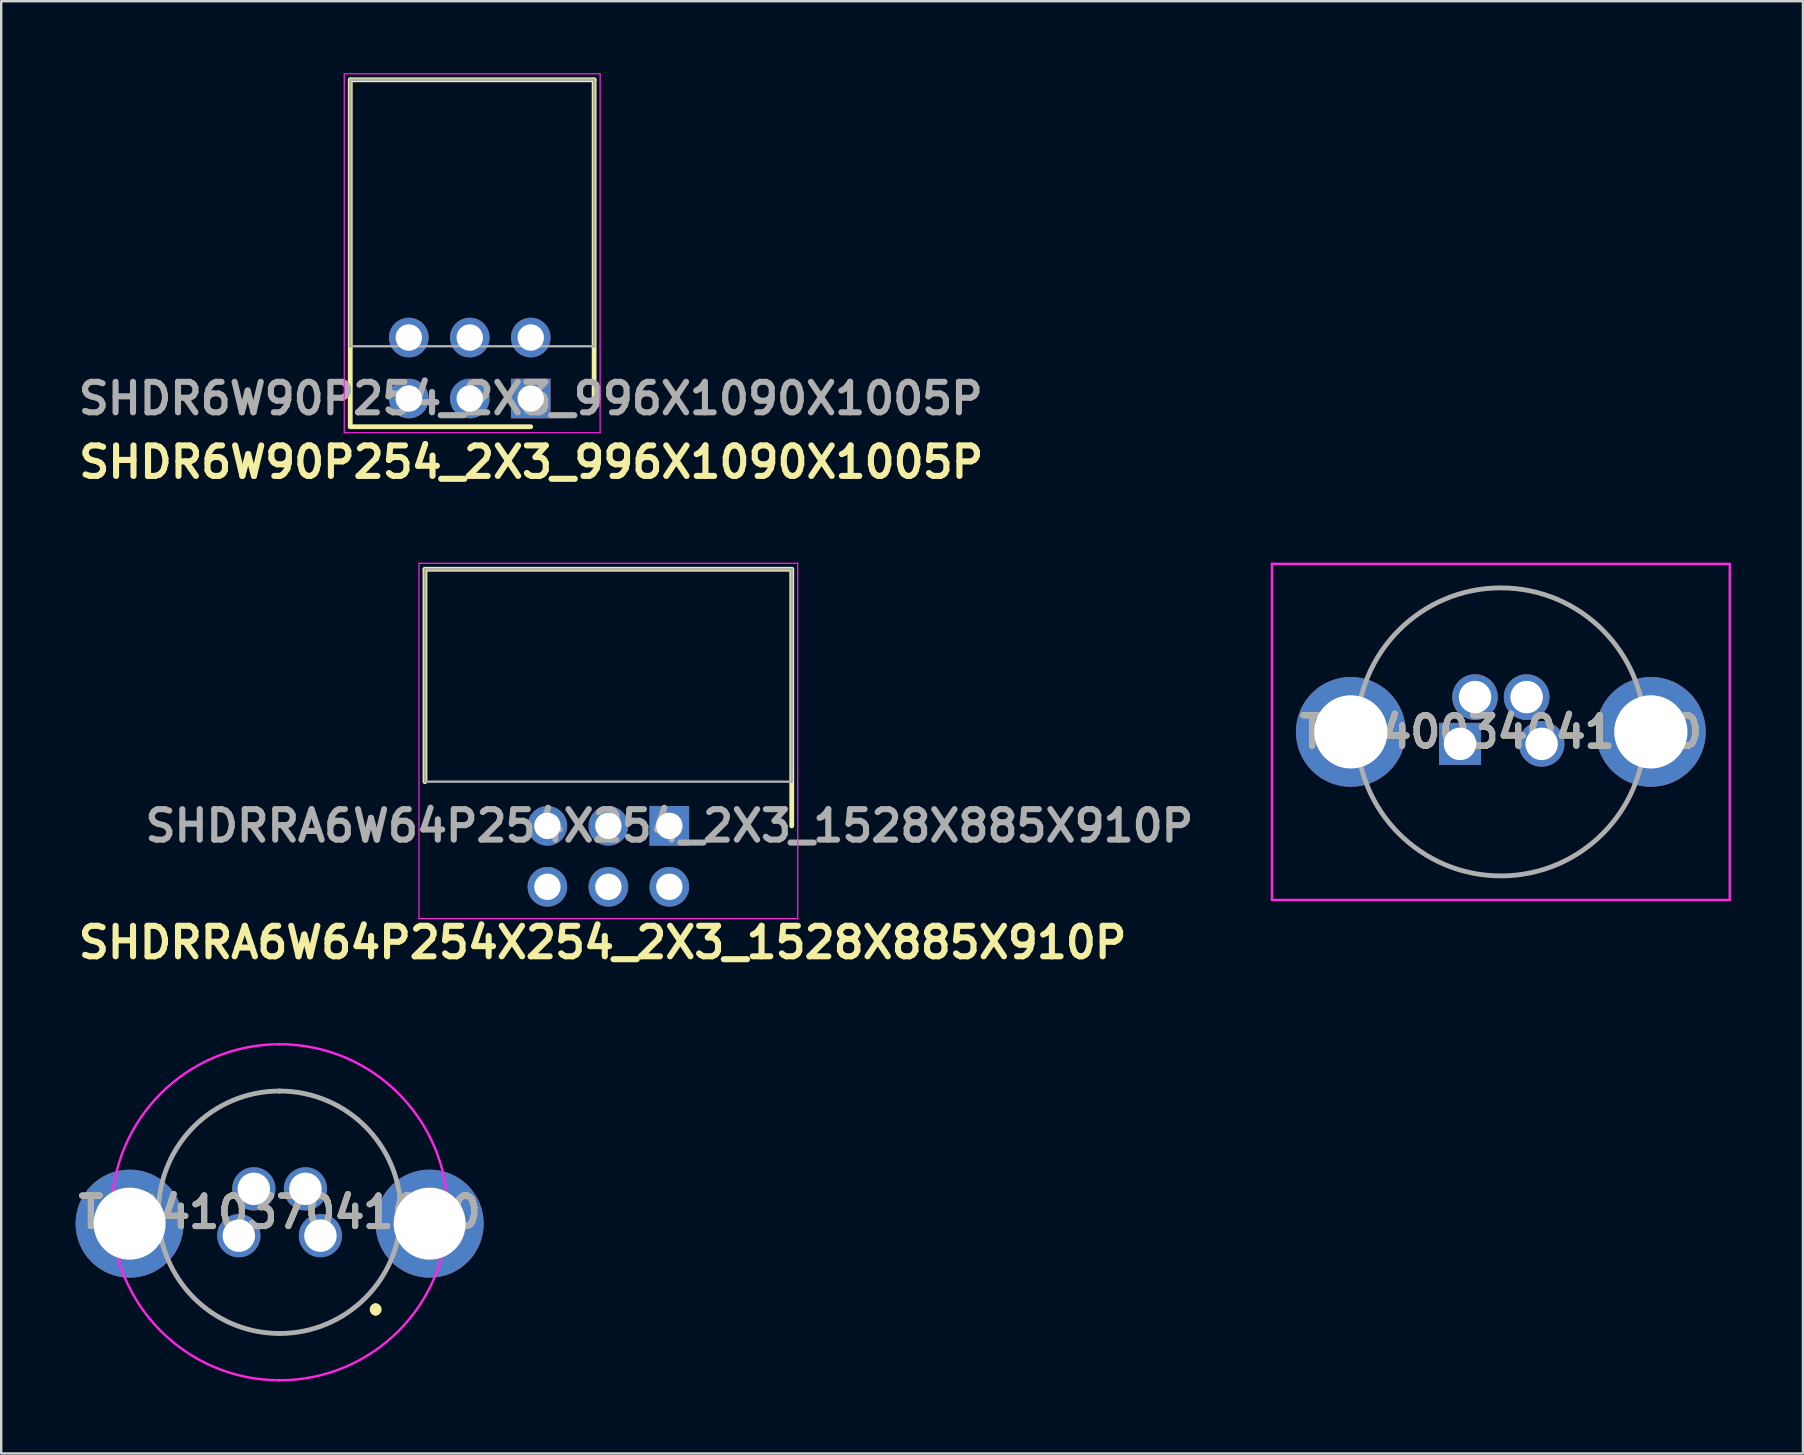
<source format=kicad_pcb>
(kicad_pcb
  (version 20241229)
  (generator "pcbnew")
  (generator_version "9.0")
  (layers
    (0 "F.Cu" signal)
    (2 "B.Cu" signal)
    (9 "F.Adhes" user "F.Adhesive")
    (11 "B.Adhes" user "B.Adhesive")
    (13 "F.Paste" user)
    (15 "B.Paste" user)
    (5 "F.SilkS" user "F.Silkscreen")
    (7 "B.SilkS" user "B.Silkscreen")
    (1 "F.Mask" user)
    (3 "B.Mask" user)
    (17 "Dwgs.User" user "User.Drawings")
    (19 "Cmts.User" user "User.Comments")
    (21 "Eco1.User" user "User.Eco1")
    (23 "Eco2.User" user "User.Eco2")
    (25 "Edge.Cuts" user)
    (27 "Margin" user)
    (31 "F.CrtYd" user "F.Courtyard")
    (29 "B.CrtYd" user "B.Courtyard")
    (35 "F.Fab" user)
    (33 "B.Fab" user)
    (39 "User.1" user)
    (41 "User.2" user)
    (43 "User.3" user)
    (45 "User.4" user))
  (footprint "SHDRRA6W64P254X254_2X3_1528X885X910P"
    (layer "F.Cu")
    (at 24.836 31.357)
    (property "Reference" "SHDRRA6W64P254X254_2X3_1528X885X910P" (at -2.78 4.86 0) (layer "F.SilkS") (effects (font (size 1.27 1.27) (thickness 0.254))))
    (attr through_hole)
    (fp_line (start -10.18 -10.69) (end -10.18 -1.84) (stroke (width 0.2) (type solid)) (layer "F.SilkS"))
    (fp_line (start 5.1 -10.69) (end -10.18 -10.69) (stroke (width 0.2) (type solid)) (layer "F.SilkS"))
    (fp_line (start 5.1 0) (end 5.1 -10.69) (stroke (width 0.2) (type solid)) (layer "F.SilkS"))
    (fp_line (start -10.43 -10.94) (end 5.35 -10.94) (stroke (width 0.05) (type solid)) (layer "F.CrtYd"))
    (fp_line (start -10.43 3.865) (end -10.43 -10.94) (stroke (width 0.05) (type solid)) (layer "F.CrtYd"))
    (fp_line (start 5.35 -10.94) (end 5.35 3.865) (stroke (width 0.05) (type solid)) (layer "F.CrtYd"))
    (fp_line (start 5.35 3.865) (end -10.43 3.865) (stroke (width 0.05) (type solid)) (layer "F.CrtYd"))
    (fp_line (start -10.18 -10.69) (end 5.1 -10.69) (stroke (width 0.1) (type solid)) (layer "F.Fab"))
    (fp_line (start -10.18 -1.84) (end -10.18 -10.69) (stroke (width 0.1) (type solid)) (layer "F.Fab"))
    (fp_line (start 5.1 -10.69) (end 5.1 -1.84) (stroke (width 0.1) (type solid)) (layer "F.Fab"))
    (fp_line (start 5.1 -1.84) (end -10.18 -1.84) (stroke (width 0.1) (type solid)) (layer "F.Fab"))
    (fp_text user "${REFERENCE}" (at 0 0 0) (layer "F.Fab") (effects (font (size 1.27 1.27) (thickness 0.254))))
    (pad "1" thru_hole rect (at 0 0) (size 1.65 1.65) (drill 1.1) (layers "*.Cu" "*.Mask"))
    (pad "2" thru_hole circle (at 0 2.54) (size 1.65 1.65) (drill 1.1) (layers "*.Cu" "*.Mask"))
    (pad "3" thru_hole circle (at -2.54 0) (size 1.65 1.65) (drill 1.1) (layers "*.Cu" "*.Mask"))
    (pad "4" thru_hole circle (at -2.54 2.54) (size 1.65 1.65) (drill 1.1) (layers "*.Cu" "*.Mask"))
    (pad "5" thru_hole circle (at -5.08 0) (size 1.65 1.65) (drill 1.1) (layers "*.Cu" "*.Mask"))
    (pad "6" thru_hole circle (at -5.08 2.54) (size 1.65 1.65) (drill 1.1) (layers "*.Cu" "*.Mask")))
  (footprint "T4040034041000"
    (layer "F.Cu")
    (at 59.478 27.942)
    (property "Reference" "T4040034041000" (at 0 -0.5 0) (layer "F.SilkS") (effects (font (size 1.27 1.27) (thickness 0.254))))
    (attr through_hole)
    (fp_line (start -0.1 -6.5) (end 0.1 -6.5) (stroke (width 0.1) (type solid)) (layer "F.SilkS"))
    (fp_line (start -0.1 5.5) (end 0.1 5.5) (stroke (width 0.1) (type solid)) (layer "F.SilkS"))
    (fp_line (start -9.537 -7.5) (end 9.537 -7.5) (stroke (width 0.1) (type solid)) (layer "F.CrtYd"))
    (fp_line (start -9.537 6.5) (end -9.537 -7.5) (stroke (width 0.1) (type solid)) (layer "F.CrtYd"))
    (fp_line (start 9.537 -7.5) (end 9.537 6.5) (stroke (width 0.1) (type solid)) (layer "F.CrtYd"))
    (fp_line (start 9.537 6.5) (end -9.537 6.5) (stroke (width 0.1) (type solid)) (layer "F.CrtYd"))
    (fp_line (start -6 -0.5) (end -6 -0.5) (stroke (width 0.2) (type solid)) (layer "F.Fab"))
    (fp_line (start 6 -0.5) (end 6 -0.5) (stroke (width 0.2) (type solid)) (layer "F.Fab"))
    (fp_arc (start -6 -0.5) (mid 0 -6.5) (end 6 -0.5) (stroke (width 0.2) (type solid)) (layer "F.Fab"))
    (fp_arc (start 6 -0.5) (mid 0 5.5) (end -6 -0.5) (stroke (width 0.2) (type solid)) (layer "F.Fab"))
    (fp_text user "${REFERENCE}" (at 0 -0.5 0) (layer "F.Fab") (effects (font (size 1.27 1.27) (thickness 0.254))))
    (pad "1" thru_hole rect (at -1.7 0) (size 1.75 1.75) (drill 1.35) (layers "*.Cu" "*.Mask"))
    (pad "2" thru_hole circle (at -1.075 -1.95) (size 1.9 1.9) (drill 1.35) (layers "*.Cu" "*.Mask"))
    (pad "3" thru_hole circle (at 1.7 0) (size 1.9 1.9) (drill 1.35) (layers "*.Cu" "*.Mask"))
    (pad "4" thru_hole circle (at 1.075 -1.95) (size 1.9 1.9) (drill 1.35) (layers "*.Cu" "*.Mask"))
    (pad "MH1" thru_hole circle (at -6.25 -0.5) (size 4.575 4.575) (drill 3.05) (layers "*.Cu" "*.Mask"))
    (pad "MH2" thru_hole circle (at 6.25 -0.5) (size 4.575 4.575) (drill 3.05) (layers "*.Cu" "*.Mask")))
  (footprint "T4041037041000"
    (layer "F.Cu")
    (at 8.6 47.455)
    (property "Reference" "T4041037041000" (at 0 0 0) (layer "F.SilkS") (effects (font (size 1.27 1.27) (thickness 0.254))))
    (attr through_hole)
    (fp_line (start 0 -5.05) (end 0 -5.05) (stroke (width 0.1) (type solid)) (layer "F.SilkS"))
    (fp_line (start 0 5.05) (end 0 5.05) (stroke (width 0.1) (type solid)) (layer "F.SilkS"))
    (fp_line (start 4 4) (end 4 4) (stroke (width 0.4) (type solid)) (layer "F.SilkS"))
    (fp_line (start 4 4.1) (end 4 4.1) (stroke (width 0.4) (type solid)) (layer "F.SilkS"))
    (fp_arc (start 0 -5.05) (mid 5.05 0) (end 0 5.05) (stroke (width 0.1) (type solid)) (layer "F.SilkS"))
    (fp_arc (start 0 5.05) (mid -5.05 0) (end 0 -5.05) (stroke (width 0.1) (type solid)) (layer "F.SilkS"))
    (fp_arc (start 4 4) (mid 4.05 4.05) (end 4 4.1) (stroke (width 0.4) (type solid)) (layer "F.SilkS"))
    (fp_arc (start 4 4.1) (mid 3.95 4.05) (end 4 4) (stroke (width 0.4) (type solid)) (layer "F.SilkS"))
    (fp_line (start 0 -7) (end 0 -7) (stroke (width 0.1) (type solid)) (layer "F.CrtYd"))
    (fp_line (start 0 7) (end 0 7) (stroke (width 0.1) (type solid)) (layer "F.CrtYd"))
    (fp_arc (start 0 -7) (mid 7 0) (end 0 7) (stroke (width 0.1) (type solid)) (layer "F.CrtYd"))
    (fp_arc (start 0 7) (mid -7 0) (end 0 -7) (stroke (width 0.1) (type solid)) (layer "F.CrtYd"))
    (fp_line (start 0 -5.05) (end 0 -5.05) (stroke (width 0.2) (type solid)) (layer "F.Fab"))
    (fp_line (start 0 5.05) (end 0 5.05) (stroke (width 0.2) (type solid)) (layer "F.Fab"))
    (fp_arc (start 0 -5.05) (mid 5.05 0) (end 0 5.05) (stroke (width 0.2) (type solid)) (layer "F.Fab"))
    (fp_arc (start 0 5.05) (mid -5.05 0) (end 0 -5.05) (stroke (width 0.2) (type solid)) (layer "F.Fab"))
    (fp_text user "${REFERENCE}" (at 0 0 0) (layer "F.Fab") (effects (font (size 1.27 1.27) (thickness 0.254))))
    (pad "1" thru_hole circle (at 1.7 0.975) (size 1.8 1.8) (drill 1.35) (layers "*.Cu" "*.Mask"))
    (pad "2" thru_hole circle (at 1.075 -0.975) (size 1.8 1.8) (drill 1.35) (layers "*.Cu" "*.Mask"))
    (pad "3" thru_hole circle (at -1.7 0.975) (size 1.8 1.8) (drill 1.35) (layers "*.Cu" "*.Mask"))
    (pad "4" thru_hole circle (at -1.075 -0.975) (size 1.8 1.8) (drill 1.35) (layers "*.Cu" "*.Mask"))
    (pad "MH1" thru_hole circle (at -6.25 0.475) (size 4.5 4.5) (drill 3) (layers "*.Cu" "*.Mask"))
    (pad "MH2" thru_hole circle (at 6.25 0.475) (size 4.5 4.5) (drill 3) (layers "*.Cu" "*.Mask")))
  (footprint "SHDR6W90P254_2X3_996X1090X1005P"
    (layer "F.Cu")
    (at 19.062 13.553)
    (property "Reference" "SHDR6W90P254_2X3_996X1090X1005P" (at 0.02 2.65 0) (layer "F.SilkS") (effects (font (size 1.27 1.27) (thickness 0.254))))
    (attr through_hole)
    (fp_line (start -7.52 -13.278) (end 2.64 -13.278) (stroke (width 0.2) (type solid)) (layer "F.SilkS"))
    (fp_line (start -7.52 1.175) (end -7.52 -13.278) (stroke (width 0.2) (type solid)) (layer "F.SilkS"))
    (fp_line (start 0 1.175) (end -7.52 1.175) (stroke (width 0.2) (type solid)) (layer "F.SilkS"))
    (fp_line (start 2.64 -13.278) (end 2.64 0) (stroke (width 0.2) (type solid)) (layer "F.SilkS"))
    (fp_line (start -7.77 -13.528) (end 2.89 -13.528) (stroke (width 0.05) (type solid)) (layer "F.CrtYd"))
    (fp_line (start -7.77 1.425) (end -7.77 -13.528) (stroke (width 0.05) (type solid)) (layer "F.CrtYd"))
    (fp_line (start 2.89 -13.528) (end 2.89 1.425) (stroke (width 0.05) (type solid)) (layer "F.CrtYd"))
    (fp_line (start 2.89 1.425) (end -7.77 1.425) (stroke (width 0.05) (type solid)) (layer "F.CrtYd"))
    (fp_line (start -7.52 -13.278) (end 2.64 -13.278) (stroke (width 0.1) (type solid)) (layer "F.Fab"))
    (fp_line (start -7.52 -2.178) (end -7.52 -13.278) (stroke (width 0.1) (type solid)) (layer "F.Fab"))
    (fp_line (start 2.64 -13.278) (end 2.64 -2.178) (stroke (width 0.1) (type solid)) (layer "F.Fab"))
    (fp_line (start 2.64 -2.178) (end -7.52 -2.178) (stroke (width 0.1) (type solid)) (layer "F.Fab"))
    (fp_text user "${REFERENCE}" (at 0 0 0) (layer "F.Fab") (effects (font (size 1.27 1.27) (thickness 0.254))))
    (pad "1" thru_hole rect (at 0 0) (size 1.65 1.65) (drill 1.1) (layers "*.Cu" "*.Mask"))
    (pad "2" thru_hole circle (at 0 -2.54) (size 1.65 1.65) (drill 1.1) (layers "*.Cu" "*.Mask"))
    (pad "3" thru_hole circle (at -2.54 0) (size 1.65 1.65) (drill 1.1) (layers "*.Cu" "*.Mask"))
    (pad "4" thru_hole circle (at -2.54 -2.54) (size 1.65 1.65) (drill 1.1) (layers "*.Cu" "*.Mask"))
    (pad "5" thru_hole circle (at -5.08 0) (size 1.65 1.65) (drill 1.1) (layers "*.Cu" "*.Mask"))
    (pad "6" thru_hole circle (at -5.08 -2.54) (size 1.65 1.65) (drill 1.1) (layers "*.Cu" "*.Mask")))
  (gr_rect
    (start -3 -3)
    (end 72.065 57.505)
    (stroke (width 0.1) (type default))
    (fill no)
    (layer "Edge.Cuts")))
</source>
